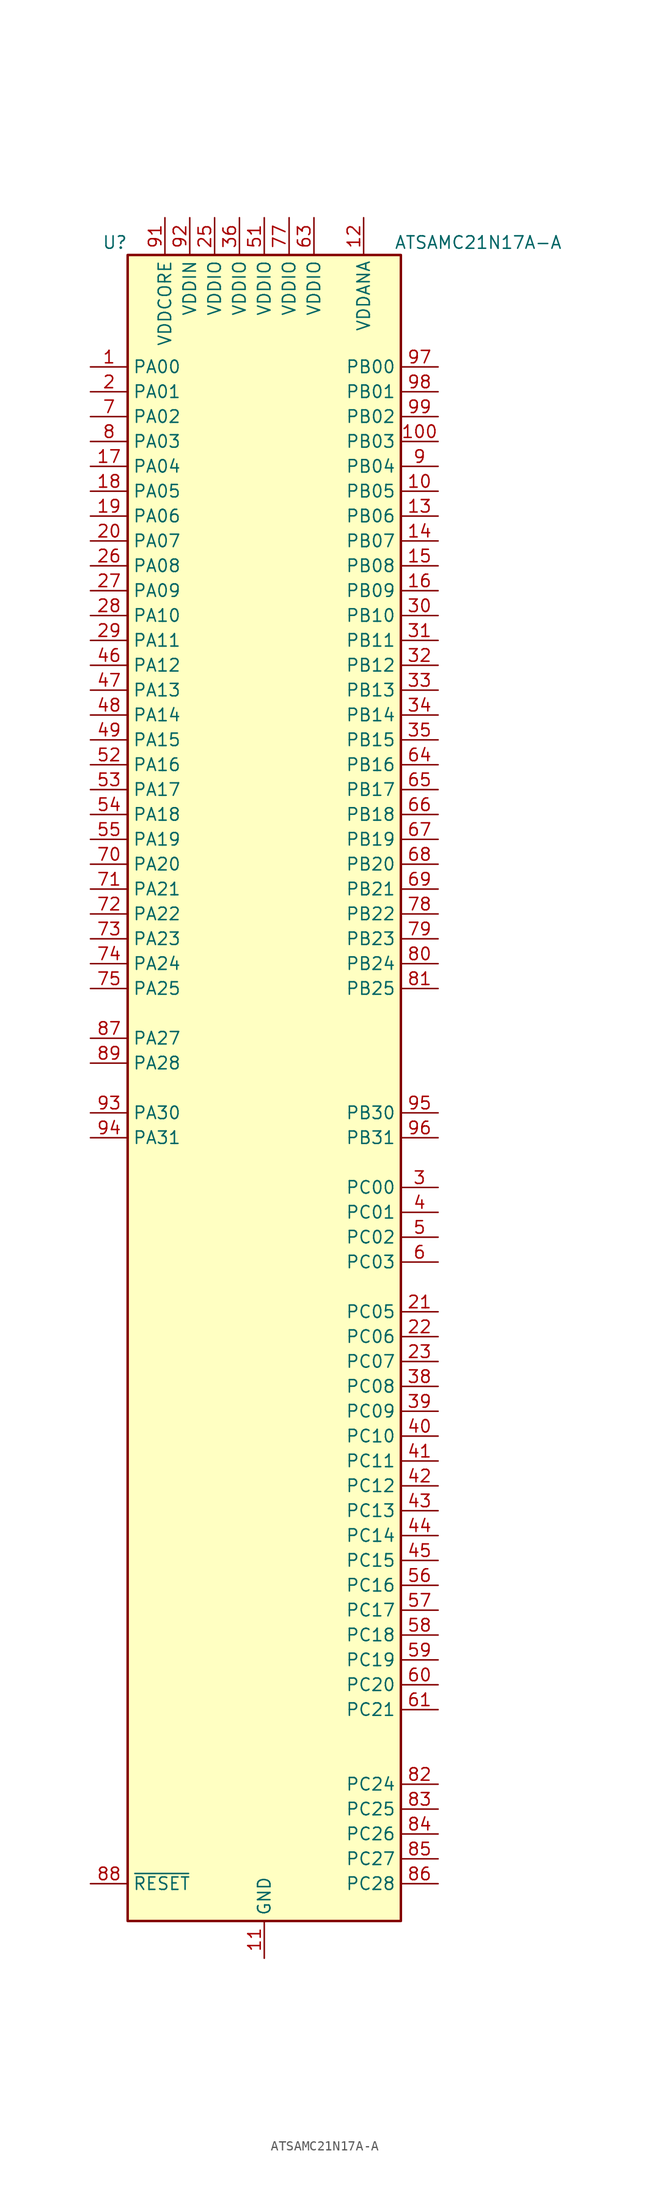
<source format=kicad_sym>
(kicad_symbol_lib
  (version 20211014)
  (generator kicad_symbol_editor)
  (symbol "ATSAMC21N17A-A"
    (property "Reference" "U"
      (at -13.97 86.36 0)
      (effects (font (size 1.27 1.27)) (justify right)))
    (property "Value" "ATSAMC21N17A-A"
      (at 30.48 86.36 0)
      (effects (font (size 1.27 1.27)) (justify right)))
    (symbol "ATSAMC21N17A-A_1_1"
      (rectangle (start -13.97 85.09) (end 13.97 -85.09) (stroke (width 0.254) (type default) (color 0 0 0 0)) (fill (type background)))
      (pin bidirectional line (at -17.78 73.66 0) (length 3.81) (name "PA00" (effects (font (size 1.27 1.27)))) (number "1" (effects (font (size 1.27 1.27)))))
      (pin bidirectional line (at 17.78 60.96 180) (length 3.81) (name "PB05" (effects (font (size 1.27 1.27)))) (number "10" (effects (font (size 1.27 1.27)))))
      (pin bidirectional line (at 17.78 66.04 180) (length 3.81) (name "PB03" (effects (font (size 1.27 1.27)))) (number "100" (effects (font (size 1.27 1.27)))))
      (pin power_in line (at 0 -88.9 90) (length 3.81) (name "GND" (effects (font (size 1.27 1.27)))) (number "11" (effects (font (size 1.27 1.27)))))
      (pin power_in line (at 10.16 88.9 270) (length 3.81) (name "VDDANA" (effects (font (size 1.27 1.27)))) (number "12" (effects (font (size 1.27 1.27)))))
      (pin bidirectional line (at 17.78 58.42 180) (length 3.81) (name "PB06" (effects (font (size 1.27 1.27)))) (number "13" (effects (font (size 1.27 1.27)))))
      (pin bidirectional line (at 17.78 55.88 180) (length 3.81) (name "PB07" (effects (font (size 1.27 1.27)))) (number "14" (effects (font (size 1.27 1.27)))))
      (pin bidirectional line (at 17.78 53.34 180) (length 3.81) (name "PB08" (effects (font (size 1.27 1.27)))) (number "15" (effects (font (size 1.27 1.27)))))
      (pin bidirectional line (at 17.78 50.8 180) (length 3.81) (name "PB09" (effects (font (size 1.27 1.27)))) (number "16" (effects (font (size 1.27 1.27)))))
      (pin bidirectional line (at -17.78 63.5 0) (length 3.81) (name "PA04" (effects (font (size 1.27 1.27)))) (number "17" (effects (font (size 1.27 1.27)))))
      (pin bidirectional line (at -17.78 60.96 0) (length 3.81) (name "PA05" (effects (font (size 1.27 1.27)))) (number "18" (effects (font (size 1.27 1.27)))))
      (pin bidirectional line (at -17.78 58.42 0) (length 3.81) (name "PA06" (effects (font (size 1.27 1.27)))) (number "19" (effects (font (size 1.27 1.27)))))
      (pin bidirectional line (at -17.78 71.12 0) (length 3.81) (name "PA01" (effects (font (size 1.27 1.27)))) (number "2" (effects (font (size 1.27 1.27)))))
      (pin bidirectional line (at -17.78 55.88 0) (length 3.81) (name "PA07" (effects (font (size 1.27 1.27)))) (number "20" (effects (font (size 1.27 1.27)))))
      (pin bidirectional line (at 17.78 -22.86 180) (length 3.81) (name "PC05" (effects (font (size 1.27 1.27)))) (number "21" (effects (font (size 1.27 1.27)))))
      (pin bidirectional line (at 17.78 -25.4 180) (length 3.81) (name "PC06" (effects (font (size 1.27 1.27)))) (number "22" (effects (font (size 1.27 1.27)))))
      (pin bidirectional line (at 17.78 -27.94 180) (length 3.81) (name "PC07" (effects (font (size 1.27 1.27)))) (number "23" (effects (font (size 1.27 1.27)))))
      (pin passive line (at 0 -88.9 90) (length 3.81) hide (name "GND" (effects (font (size 1.27 1.27)))) (number "24" (effects (font (size 1.27 1.27)))))
      (pin power_in line (at -5.08 88.9 270) (length 3.81) (name "VDDIO" (effects (font (size 1.27 1.27)))) (number "25" (effects (font (size 1.27 1.27)))))
      (pin bidirectional line (at -17.78 53.34 0) (length 3.81) (name "PA08" (effects (font (size 1.27 1.27)))) (number "26" (effects (font (size 1.27 1.27)))))
      (pin bidirectional line (at -17.78 50.8 0) (length 3.81) (name "PA09" (effects (font (size 1.27 1.27)))) (number "27" (effects (font (size 1.27 1.27)))))
      (pin bidirectional line (at -17.78 48.26 0) (length 3.81) (name "PA10" (effects (font (size 1.27 1.27)))) (number "28" (effects (font (size 1.27 1.27)))))
      (pin bidirectional line (at -17.78 45.72 0) (length 3.81) (name "PA11" (effects (font (size 1.27 1.27)))) (number "29" (effects (font (size 1.27 1.27)))))
      (pin bidirectional line (at 17.78 -10.16 180) (length 3.81) (name "PC00" (effects (font (size 1.27 1.27)))) (number "3" (effects (font (size 1.27 1.27)))))
      (pin bidirectional line (at 17.78 48.26 180) (length 3.81) (name "PB10" (effects (font (size 1.27 1.27)))) (number "30" (effects (font (size 1.27 1.27)))))
      (pin bidirectional line (at 17.78 45.72 180) (length 3.81) (name "PB11" (effects (font (size 1.27 1.27)))) (number "31" (effects (font (size 1.27 1.27)))))
      (pin bidirectional line (at 17.78 43.18 180) (length 3.81) (name "PB12" (effects (font (size 1.27 1.27)))) (number "32" (effects (font (size 1.27 1.27)))))
      (pin bidirectional line (at 17.78 40.64 180) (length 3.81) (name "PB13" (effects (font (size 1.27 1.27)))) (number "33" (effects (font (size 1.27 1.27)))))
      (pin bidirectional line (at 17.78 38.1 180) (length 3.81) (name "PB14" (effects (font (size 1.27 1.27)))) (number "34" (effects (font (size 1.27 1.27)))))
      (pin bidirectional line (at 17.78 35.56 180) (length 3.81) (name "PB15" (effects (font (size 1.27 1.27)))) (number "35" (effects (font (size 1.27 1.27)))))
      (pin power_in line (at -2.54 88.9 270) (length 3.81) (name "VDDIO" (effects (font (size 1.27 1.27)))) (number "36" (effects (font (size 1.27 1.27)))))
      (pin passive line (at 0 -88.9 90) (length 3.81) hide (name "GND" (effects (font (size 1.27 1.27)))) (number "37" (effects (font (size 1.27 1.27)))))
      (pin bidirectional line (at 17.78 -30.48 180) (length 3.81) (name "PC08" (effects (font (size 1.27 1.27)))) (number "38" (effects (font (size 1.27 1.27)))))
      (pin bidirectional line (at 17.78 -33.02 180) (length 3.81) (name "PC09" (effects (font (size 1.27 1.27)))) (number "39" (effects (font (size 1.27 1.27)))))
      (pin bidirectional line (at 17.78 -12.7 180) (length 3.81) (name "PC01" (effects (font (size 1.27 1.27)))) (number "4" (effects (font (size 1.27 1.27)))))
      (pin bidirectional line (at 17.78 -35.56 180) (length 3.81) (name "PC10" (effects (font (size 1.27 1.27)))) (number "40" (effects (font (size 1.27 1.27)))))
      (pin bidirectional line (at 17.78 -38.1 180) (length 3.81) (name "PC11" (effects (font (size 1.27 1.27)))) (number "41" (effects (font (size 1.27 1.27)))))
      (pin bidirectional line (at 17.78 -40.64 180) (length 3.81) (name "PC12" (effects (font (size 1.27 1.27)))) (number "42" (effects (font (size 1.27 1.27)))))
      (pin bidirectional line (at 17.78 -43.18 180) (length 3.81) (name "PC13" (effects (font (size 1.27 1.27)))) (number "43" (effects (font (size 1.27 1.27)))))
      (pin bidirectional line (at 17.78 -45.72 180) (length 3.81) (name "PC14" (effects (font (size 1.27 1.27)))) (number "44" (effects (font (size 1.27 1.27)))))
      (pin bidirectional line (at 17.78 -48.26 180) (length 3.81) (name "PC15" (effects (font (size 1.27 1.27)))) (number "45" (effects (font (size 1.27 1.27)))))
      (pin bidirectional line (at -17.78 43.18 0) (length 3.81) (name "PA12" (effects (font (size 1.27 1.27)))) (number "46" (effects (font (size 1.27 1.27)))))
      (pin bidirectional line (at -17.78 40.64 0) (length 3.81) (name "PA13" (effects (font (size 1.27 1.27)))) (number "47" (effects (font (size 1.27 1.27)))))
      (pin bidirectional line (at -17.78 38.1 0) (length 3.81) (name "PA14" (effects (font (size 1.27 1.27)))) (number "48" (effects (font (size 1.27 1.27)))))
      (pin bidirectional line (at -17.78 35.56 0) (length 3.81) (name "PA15" (effects (font (size 1.27 1.27)))) (number "49" (effects (font (size 1.27 1.27)))))
      (pin bidirectional line (at 17.78 -15.24 180) (length 3.81) (name "PC02" (effects (font (size 1.27 1.27)))) (number "5" (effects (font (size 1.27 1.27)))))
      (pin passive line (at 0 -88.9 90) (length 3.81) hide (name "GND" (effects (font (size 1.27 1.27)))) (number "50" (effects (font (size 1.27 1.27)))))
      (pin power_in line (at 0 88.9 270) (length 3.81) (name "VDDIO" (effects (font (size 1.27 1.27)))) (number "51" (effects (font (size 1.27 1.27)))))
      (pin bidirectional line (at -17.78 33.02 0) (length 3.81) (name "PA16" (effects (font (size 1.27 1.27)))) (number "52" (effects (font (size 1.27 1.27)))))
      (pin bidirectional line (at -17.78 30.48 0) (length 3.81) (name "PA17" (effects (font (size 1.27 1.27)))) (number "53" (effects (font (size 1.27 1.27)))))
      (pin bidirectional line (at -17.78 27.94 0) (length 3.81) (name "PA18" (effects (font (size 1.27 1.27)))) (number "54" (effects (font (size 1.27 1.27)))))
      (pin bidirectional line (at -17.78 25.4 0) (length 3.81) (name "PA19" (effects (font (size 1.27 1.27)))) (number "55" (effects (font (size 1.27 1.27)))))
      (pin bidirectional line (at 17.78 -50.8 180) (length 3.81) (name "PC16" (effects (font (size 1.27 1.27)))) (number "56" (effects (font (size 1.27 1.27)))))
      (pin bidirectional line (at 17.78 -53.34 180) (length 3.81) (name "PC17" (effects (font (size 1.27 1.27)))) (number "57" (effects (font (size 1.27 1.27)))))
      (pin bidirectional line (at 17.78 -55.88 180) (length 3.81) (name "PC18" (effects (font (size 1.27 1.27)))) (number "58" (effects (font (size 1.27 1.27)))))
      (pin bidirectional line (at 17.78 -58.42 180) (length 3.81) (name "PC19" (effects (font (size 1.27 1.27)))) (number "59" (effects (font (size 1.27 1.27)))))
      (pin bidirectional line (at 17.78 -17.78 180) (length 3.81) (name "PC03" (effects (font (size 1.27 1.27)))) (number "6" (effects (font (size 1.27 1.27)))))
      (pin bidirectional line (at 17.78 -60.96 180) (length 3.81) (name "PC20" (effects (font (size 1.27 1.27)))) (number "60" (effects (font (size 1.27 1.27)))))
      (pin bidirectional line (at 17.78 -63.5 180) (length 3.81) (name "PC21" (effects (font (size 1.27 1.27)))) (number "61" (effects (font (size 1.27 1.27)))))
      (pin passive line (at 0 -88.9 90) (length 3.81) hide (name "GND" (effects (font (size 1.27 1.27)))) (number "62" (effects (font (size 1.27 1.27)))))
      (pin power_in line (at 5.08 88.9 270) (length 3.81) (name "VDDIO" (effects (font (size 1.27 1.27)))) (number "63" (effects (font (size 1.27 1.27)))))
      (pin bidirectional line (at 17.78 33.02 180) (length 3.81) (name "PB16" (effects (font (size 1.27 1.27)))) (number "64" (effects (font (size 1.27 1.27)))))
      (pin bidirectional line (at 17.78 30.48 180) (length 3.81) (name "PB17" (effects (font (size 1.27 1.27)))) (number "65" (effects (font (size 1.27 1.27)))))
      (pin bidirectional line (at 17.78 27.94 180) (length 3.81) (name "PB18" (effects (font (size 1.27 1.27)))) (number "66" (effects (font (size 1.27 1.27)))))
      (pin bidirectional line (at 17.78 25.4 180) (length 3.81) (name "PB19" (effects (font (size 1.27 1.27)))) (number "67" (effects (font (size 1.27 1.27)))))
      (pin bidirectional line (at 17.78 22.86 180) (length 3.81) (name "PB20" (effects (font (size 1.27 1.27)))) (number "68" (effects (font (size 1.27 1.27)))))
      (pin bidirectional line (at 17.78 20.32 180) (length 3.81) (name "PB21" (effects (font (size 1.27 1.27)))) (number "69" (effects (font (size 1.27 1.27)))))
      (pin bidirectional line (at -17.78 68.58 0) (length 3.81) (name "PA02" (effects (font (size 1.27 1.27)))) (number "7" (effects (font (size 1.27 1.27)))))
      (pin bidirectional line (at -17.78 22.86 0) (length 3.81) (name "PA20" (effects (font (size 1.27 1.27)))) (number "70" (effects (font (size 1.27 1.27)))))
      (pin bidirectional line (at -17.78 20.32 0) (length 3.81) (name "PA21" (effects (font (size 1.27 1.27)))) (number "71" (effects (font (size 1.27 1.27)))))
      (pin bidirectional line (at -17.78 17.78 0) (length 3.81) (name "PA22" (effects (font (size 1.27 1.27)))) (number "72" (effects (font (size 1.27 1.27)))))
      (pin bidirectional line (at -17.78 15.24 0) (length 3.81) (name "PA23" (effects (font (size 1.27 1.27)))) (number "73" (effects (font (size 1.27 1.27)))))
      (pin bidirectional line (at -17.78 12.7 0) (length 3.81) (name "PA24" (effects (font (size 1.27 1.27)))) (number "74" (effects (font (size 1.27 1.27)))))
      (pin bidirectional line (at -17.78 10.16 0) (length 3.81) (name "PA25" (effects (font (size 1.27 1.27)))) (number "75" (effects (font (size 1.27 1.27)))))
      (pin passive line (at 0 -88.9 90) (length 3.81) hide (name "GND" (effects (font (size 1.27 1.27)))) (number "76" (effects (font (size 1.27 1.27)))))
      (pin power_in line (at 2.54 88.9 270) (length 3.81) (name "VDDIO" (effects (font (size 1.27 1.27)))) (number "77" (effects (font (size 1.27 1.27)))))
      (pin bidirectional line (at 17.78 17.78 180) (length 3.81) (name "PB22" (effects (font (size 1.27 1.27)))) (number "78" (effects (font (size 1.27 1.27)))))
      (pin bidirectional line (at 17.78 15.24 180) (length 3.81) (name "PB23" (effects (font (size 1.27 1.27)))) (number "79" (effects (font (size 1.27 1.27)))))
      (pin bidirectional line (at -17.78 66.04 0) (length 3.81) (name "PA03" (effects (font (size 1.27 1.27)))) (number "8" (effects (font (size 1.27 1.27)))))
      (pin bidirectional line (at 17.78 12.7 180) (length 3.81) (name "PB24" (effects (font (size 1.27 1.27)))) (number "80" (effects (font (size 1.27 1.27)))))
      (pin bidirectional line (at 17.78 10.16 180) (length 3.81) (name "PB25" (effects (font (size 1.27 1.27)))) (number "81" (effects (font (size 1.27 1.27)))))
      (pin bidirectional line (at 17.78 -71.12 180) (length 3.81) (name "PC24" (effects (font (size 1.27 1.27)))) (number "82" (effects (font (size 1.27 1.27)))))
      (pin bidirectional line (at 17.78 -73.66 180) (length 3.81) (name "PC25" (effects (font (size 1.27 1.27)))) (number "83" (effects (font (size 1.27 1.27)))))
      (pin bidirectional line (at 17.78 -76.2 180) (length 3.81) (name "PC26" (effects (font (size 1.27 1.27)))) (number "84" (effects (font (size 1.27 1.27)))))
      (pin bidirectional line (at 17.78 -78.74 180) (length 3.81) (name "PC27" (effects (font (size 1.27 1.27)))) (number "85" (effects (font (size 1.27 1.27)))))
      (pin bidirectional line (at 17.78 -81.28 180) (length 3.81) (name "PC28" (effects (font (size 1.27 1.27)))) (number "86" (effects (font (size 1.27 1.27)))))
      (pin bidirectional line (at -17.78 5.08 0) (length 3.81) (name "PA27" (effects (font (size 1.27 1.27)))) (number "87" (effects (font (size 1.27 1.27)))))
      (pin input line (at -17.78 -81.28 0) (length 3.81) (name "~{RESET}" (effects (font (size 1.27 1.27)))) (number "88" (effects (font (size 1.27 1.27)))))
      (pin bidirectional line (at -17.78 2.54 0) (length 3.81) (name "PA28" (effects (font (size 1.27 1.27)))) (number "89" (effects (font (size 1.27 1.27)))))
      (pin bidirectional line (at 17.78 63.5 180) (length 3.81) (name "PB04" (effects (font (size 1.27 1.27)))) (number "9" (effects (font (size 1.27 1.27)))))
      (pin passive line (at 0 -88.9 90) (length 3.81) hide (name "GND" (effects (font (size 1.27 1.27)))) (number "90" (effects (font (size 1.27 1.27)))))
      (pin power_out line (at -10.16 88.9 270) (length 3.81) (name "VDDCORE" (effects (font (size 1.27 1.27)))) (number "91" (effects (font (size 1.27 1.27)))))
      (pin power_in line (at -7.62 88.9 270) (length 3.81) (name "VDDIN" (effects (font (size 1.27 1.27)))) (number "92" (effects (font (size 1.27 1.27)))))
      (pin bidirectional line (at -17.78 -2.54 0) (length 3.81) (name "PA30" (effects (font (size 1.27 1.27)))) (number "93" (effects (font (size 1.27 1.27)))))
      (pin bidirectional line (at -17.78 -5.08 0) (length 3.81) (name "PA31" (effects (font (size 1.27 1.27)))) (number "94" (effects (font (size 1.27 1.27)))))
      (pin bidirectional line (at 17.78 -2.54 180) (length 3.81) (name "PB30" (effects (font (size 1.27 1.27)))) (number "95" (effects (font (size 1.27 1.27)))))
      (pin bidirectional line (at 17.78 -5.08 180) (length 3.81) (name "PB31" (effects (font (size 1.27 1.27)))) (number "96" (effects (font (size 1.27 1.27)))))
      (pin bidirectional line (at 17.78 73.66 180) (length 3.81) (name "PB00" (effects (font (size 1.27 1.27)))) (number "97" (effects (font (size 1.27 1.27)))))
      (pin bidirectional line (at 17.78 71.12 180) (length 3.81) (name "PB01" (effects (font (size 1.27 1.27)))) (number "98" (effects (font (size 1.27 1.27)))))
      (pin bidirectional line (at 17.78 68.58 180) (length 3.81) (name "PB02" (effects (font (size 1.27 1.27)))) (number "99" (effects (font (size 1.27 1.27))))))))
</source>
